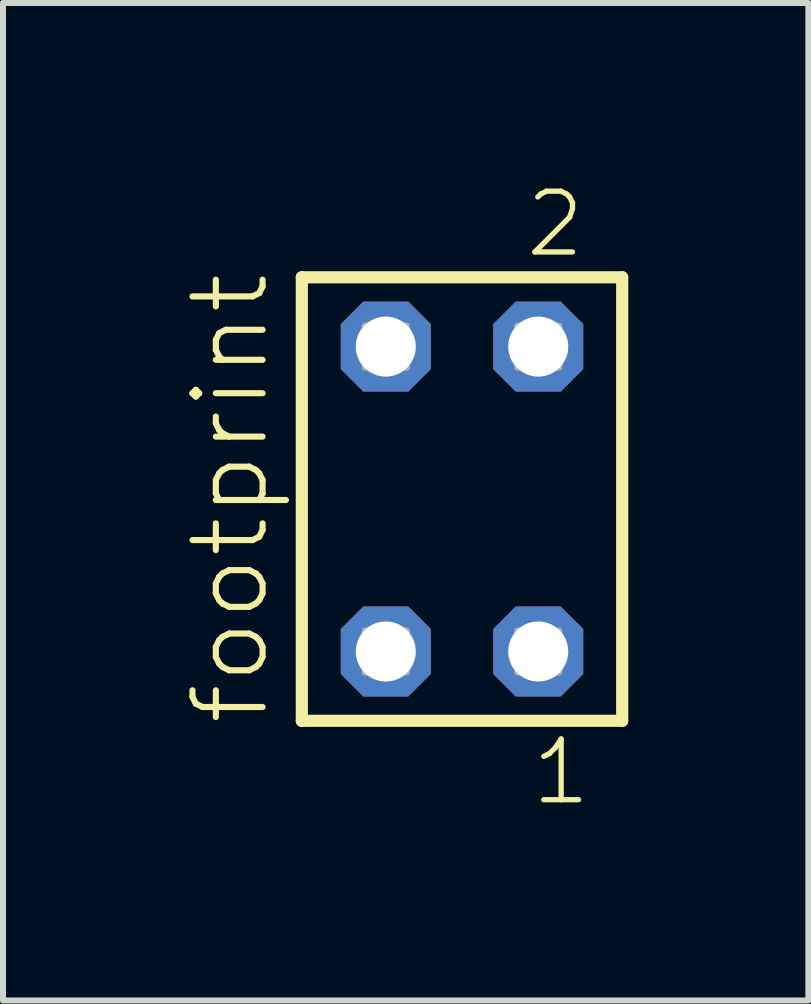
<source format=kicad_pcb>
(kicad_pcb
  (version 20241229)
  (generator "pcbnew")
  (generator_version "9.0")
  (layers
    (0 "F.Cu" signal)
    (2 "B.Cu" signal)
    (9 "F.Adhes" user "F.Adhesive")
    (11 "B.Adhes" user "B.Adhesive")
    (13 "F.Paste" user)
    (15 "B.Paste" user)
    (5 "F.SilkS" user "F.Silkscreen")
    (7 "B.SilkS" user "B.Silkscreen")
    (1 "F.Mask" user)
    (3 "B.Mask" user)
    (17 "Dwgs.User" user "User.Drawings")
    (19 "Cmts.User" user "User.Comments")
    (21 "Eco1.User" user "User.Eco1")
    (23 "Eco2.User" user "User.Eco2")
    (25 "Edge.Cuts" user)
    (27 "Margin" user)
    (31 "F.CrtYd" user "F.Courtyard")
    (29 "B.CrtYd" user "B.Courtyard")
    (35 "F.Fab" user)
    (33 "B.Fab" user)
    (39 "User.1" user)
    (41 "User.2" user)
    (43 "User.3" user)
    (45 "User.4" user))
  (footprint "footprint"
    (layer "F.Cu")
    (at 4.648 5.265)
    (property "Reference" "footprint" (at -3.175 3.81 90) (layer "F.SilkS") (effects (font (size 1.168 1.168) (thickness 0.102)) (justify left bottom)))
    (fp_line (start -2.669 -3.695) (end 2.669 -3.695) (stroke (width 0.203) (type solid)) (layer "F.SilkS"))
    (fp_line (start -2.669 3.695) (end -2.669 -3.695) (stroke (width 0.203) (type solid)) (layer "F.SilkS"))
    (fp_line (start 2.669 -3.695) (end 2.669 3.695) (stroke (width 0.203) (type solid)) (layer "F.SilkS"))
    (fp_line (start 2.669 3.695) (end -2.669 3.695) (stroke (width 0.203) (type solid)) (layer "F.SilkS"))
    (fp_poly (pts (xy -1.62 -2.19) (xy -0.92 -2.19) (xy -0.92 -2.89) (xy -1.62 -2.89)) (stroke (width 0.1) (type solid)) (fill no) (layer "F.Fab"))
    (fp_poly (pts (xy -1.62 2.89) (xy -0.92 2.89) (xy -0.92 2.19) (xy -1.62 2.19)) (stroke (width 0.1) (type solid)) (fill no) (layer "F.Fab"))
    (fp_poly (pts (xy 0.92 -2.19) (xy 1.62 -2.19) (xy 1.62 -2.89) (xy 0.92 -2.89)) (stroke (width 0.1) (type solid)) (fill no) (layer "F.Fab"))
    (fp_poly (pts (xy 0.92 2.89) (xy 1.62 2.89) (xy 1.62 2.19) (xy 0.92 2.19)) (stroke (width 0.1) (type solid)) (fill no) (layer "F.Fab"))
    (fp_text user "2" (at 1.012 -3.989 0) (layer "F.SilkS") (effects (font (size 1.012 1.012) (thickness 0.088)) (justify left bottom)))
    (fp_text user "1" (at 1.112 5.138 0) (layer "F.SilkS") (effects (font (size 1.012 1.012) (thickness 0.088)) (justify left bottom)))
    (pad "1" thru_hole roundrect (at 1.27 2.54 180) (size 1.5 1.5) (drill 1) (layers "*.Cu" "*.Mask") (roundrect_rratio 0.25) (chamfer_ratio 0.25) (chamfer top_left top_right bottom_left bottom_right))
    (pad "2" thru_hole roundrect (at 1.27 -2.54 180) (size 1.5 1.5) (drill 1) (layers "*.Cu" "*.Mask") (roundrect_rratio 0.25) (chamfer_ratio 0.25) (chamfer top_left top_right bottom_left bottom_right))
    (pad "3" thru_hole roundrect (at -1.27 2.54 180) (size 1.5 1.5) (drill 1) (layers "*.Cu" "*.Mask") (roundrect_rratio 0.25) (chamfer_ratio 0.25) (chamfer top_left top_right bottom_left bottom_right))
    (pad "4" thru_hole roundrect (at -1.27 -2.54 180) (size 1.5 1.5) (drill 1) (layers "*.Cu" "*.Mask") (roundrect_rratio 0.25) (chamfer_ratio 0.25) (chamfer top_left top_right bottom_left bottom_right)))
  (gr_rect
    (start -3 -3)
    (end 10.419 13.62)
    (stroke (width 0.1) (type default))
    (fill no)
    (layer "Edge.Cuts")))
</source>
